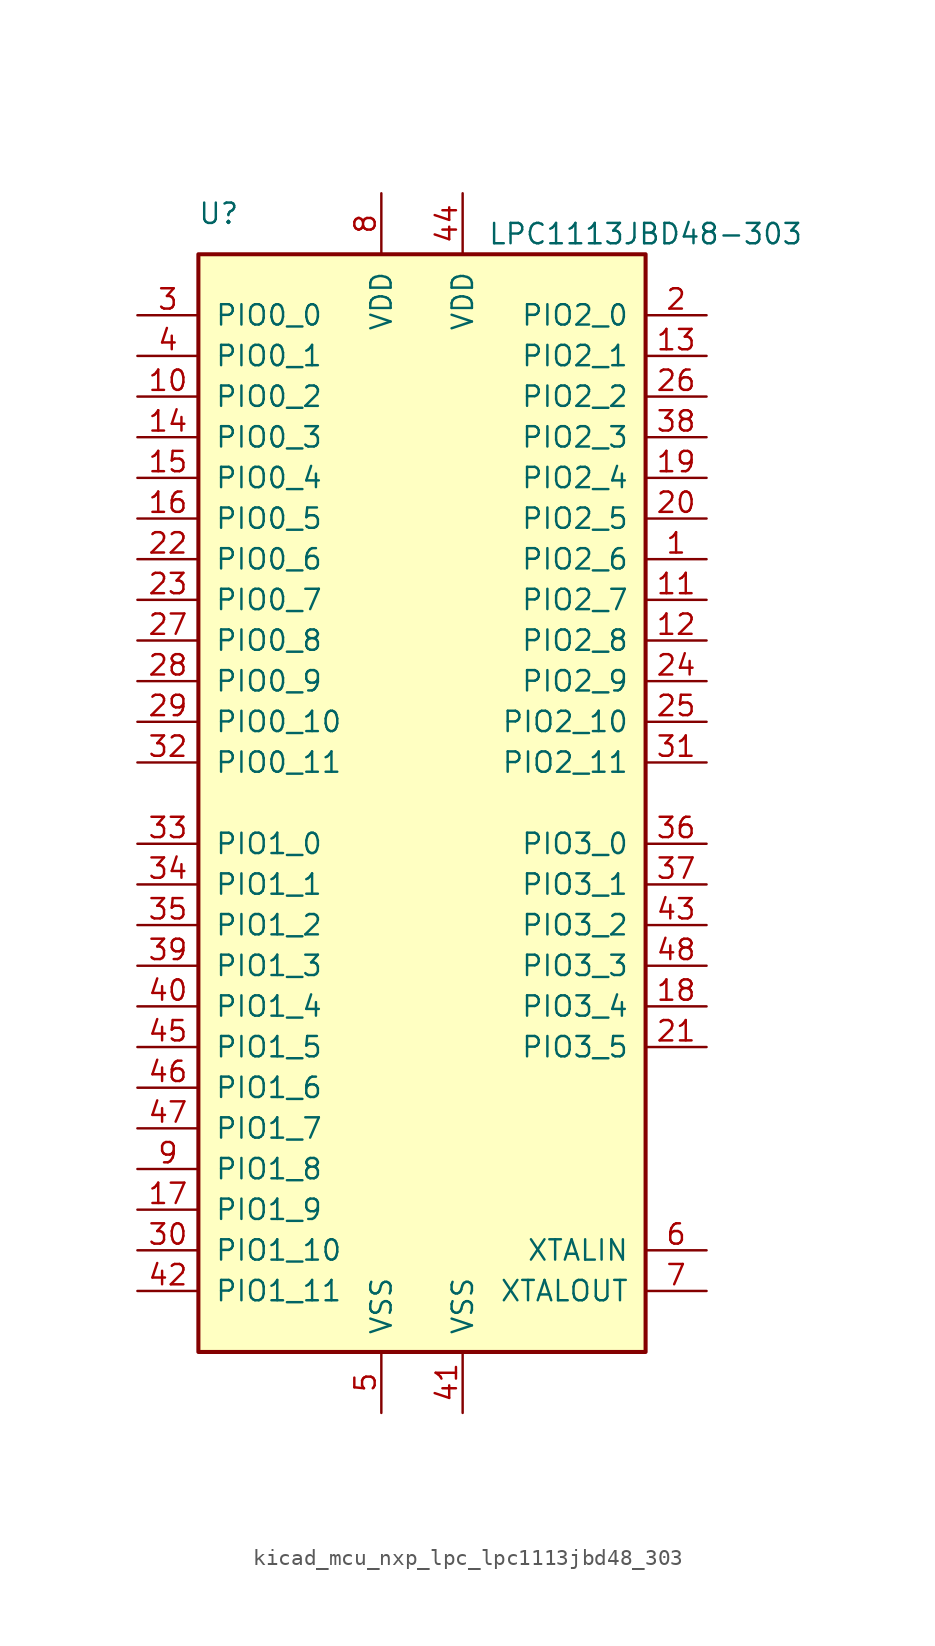
<source format=kicad_sym>
(kicad_symbol_lib
  (version 20220914)
  (generator kicad_symbol_editor)
  (symbol "kicad_mcu_nxp_lpc_lpc1113jbd48_303"
    (pin_names
      (offset 1.016))
    (property "Reference" "U"
      (at -12.7 36.83 0)
      (effects (font (size 1.27 1.27))))
    (property "Value" "LPC1113JBD48-303"
      (at 13.97 35.56 0)
      (effects (font (size 1.27 1.27))))
    (symbol "kicad_mcu_nxp_lpc_lpc1113jbd48_303_0_1"
      (rectangle (start -13.97 34.29) (end 13.97 -34.29) (stroke (width 0.254) (type default)) (fill (type background))))
    (symbol "kicad_mcu_nxp_lpc_lpc1113jbd48_303_1_1"
      (pin bidirectional line (at 17.78 15.24 180) (length 3.81) (name "PIO2_6" (effects (font (size 1.27 1.27)))) (number "1" (effects (font (size 1.27 1.27)))))
      (pin bidirectional line (at -17.78 25.4 0) (length 3.81) (name "PIO0_2" (effects (font (size 1.27 1.27)))) (number "10" (effects (font (size 1.27 1.27)))))
      (pin bidirectional line (at 17.78 12.7 180) (length 3.81) (name "PIO2_7" (effects (font (size 1.27 1.27)))) (number "11" (effects (font (size 1.27 1.27)))))
      (pin bidirectional line (at 17.78 10.16 180) (length 3.81) (name "PIO2_8" (effects (font (size 1.27 1.27)))) (number "12" (effects (font (size 1.27 1.27)))))
      (pin bidirectional line (at 17.78 27.94 180) (length 3.81) (name "PIO2_1" (effects (font (size 1.27 1.27)))) (number "13" (effects (font (size 1.27 1.27)))))
      (pin bidirectional line (at -17.78 22.86 0) (length 3.81) (name "PIO0_3" (effects (font (size 1.27 1.27)))) (number "14" (effects (font (size 1.27 1.27)))))
      (pin bidirectional line (at -17.78 20.32 0) (length 3.81) (name "PIO0_4" (effects (font (size 1.27 1.27)))) (number "15" (effects (font (size 1.27 1.27)))))
      (pin bidirectional line (at -17.78 17.78 0) (length 3.81) (name "PIO0_5" (effects (font (size 1.27 1.27)))) (number "16" (effects (font (size 1.27 1.27)))))
      (pin bidirectional line (at -17.78 -25.4 0) (length 3.81) (name "PIO1_9" (effects (font (size 1.27 1.27)))) (number "17" (effects (font (size 1.27 1.27)))))
      (pin bidirectional line (at 17.78 -12.7 180) (length 3.81) (name "PIO3_4" (effects (font (size 1.27 1.27)))) (number "18" (effects (font (size 1.27 1.27)))))
      (pin bidirectional line (at 17.78 20.32 180) (length 3.81) (name "PIO2_4" (effects (font (size 1.27 1.27)))) (number "19" (effects (font (size 1.27 1.27)))))
      (pin bidirectional line (at 17.78 30.48 180) (length 3.81) (name "PIO2_0" (effects (font (size 1.27 1.27)))) (number "2" (effects (font (size 1.27 1.27)))))
      (pin bidirectional line (at 17.78 17.78 180) (length 3.81) (name "PIO2_5" (effects (font (size 1.27 1.27)))) (number "20" (effects (font (size 1.27 1.27)))))
      (pin bidirectional line (at 17.78 -15.24 180) (length 3.81) (name "PIO3_5" (effects (font (size 1.27 1.27)))) (number "21" (effects (font (size 1.27 1.27)))))
      (pin bidirectional line (at -17.78 15.24 0) (length 3.81) (name "PIO0_6" (effects (font (size 1.27 1.27)))) (number "22" (effects (font (size 1.27 1.27)))))
      (pin bidirectional line (at -17.78 12.7 0) (length 3.81) (name "PIO0_7" (effects (font (size 1.27 1.27)))) (number "23" (effects (font (size 1.27 1.27)))))
      (pin bidirectional line (at 17.78 7.62 180) (length 3.81) (name "PIO2_9" (effects (font (size 1.27 1.27)))) (number "24" (effects (font (size 1.27 1.27)))))
      (pin bidirectional line (at 17.78 5.08 180) (length 3.81) (name "PIO2_10" (effects (font (size 1.27 1.27)))) (number "25" (effects (font (size 1.27 1.27)))))
      (pin bidirectional line (at 17.78 25.4 180) (length 3.81) (name "PIO2_2" (effects (font (size 1.27 1.27)))) (number "26" (effects (font (size 1.27 1.27)))))
      (pin bidirectional line (at -17.78 10.16 0) (length 3.81) (name "PIO0_8" (effects (font (size 1.27 1.27)))) (number "27" (effects (font (size 1.27 1.27)))))
      (pin bidirectional line (at -17.78 7.62 0) (length 3.81) (name "PIO0_9" (effects (font (size 1.27 1.27)))) (number "28" (effects (font (size 1.27 1.27)))))
      (pin bidirectional line (at -17.78 5.08 0) (length 3.81) (name "PIO0_10" (effects (font (size 1.27 1.27)))) (number "29" (effects (font (size 1.27 1.27)))))
      (pin bidirectional line (at -17.78 30.48 0) (length 3.81) (name "PIO0_0" (effects (font (size 1.27 1.27)))) (number "3" (effects (font (size 1.27 1.27)))))
      (pin bidirectional line (at -17.78 -27.94 0) (length 3.81) (name "PIO1_10" (effects (font (size 1.27 1.27)))) (number "30" (effects (font (size 1.27 1.27)))))
      (pin bidirectional line (at 17.78 2.54 180) (length 3.81) (name "PIO2_11" (effects (font (size 1.27 1.27)))) (number "31" (effects (font (size 1.27 1.27)))))
      (pin bidirectional line (at -17.78 2.54 0) (length 3.81) (name "PIO0_11" (effects (font (size 1.27 1.27)))) (number "32" (effects (font (size 1.27 1.27)))))
      (pin bidirectional line (at -17.78 -2.54 0) (length 3.81) (name "PIO1_0" (effects (font (size 1.27 1.27)))) (number "33" (effects (font (size 1.27 1.27)))))
      (pin bidirectional line (at -17.78 -5.08 0) (length 3.81) (name "PIO1_1" (effects (font (size 1.27 1.27)))) (number "34" (effects (font (size 1.27 1.27)))))
      (pin bidirectional line (at -17.78 -7.62 0) (length 3.81) (name "PIO1_2" (effects (font (size 1.27 1.27)))) (number "35" (effects (font (size 1.27 1.27)))))
      (pin bidirectional line (at 17.78 -2.54 180) (length 3.81) (name "PIO3_0" (effects (font (size 1.27 1.27)))) (number "36" (effects (font (size 1.27 1.27)))))
      (pin bidirectional line (at 17.78 -5.08 180) (length 3.81) (name "PIO3_1" (effects (font (size 1.27 1.27)))) (number "37" (effects (font (size 1.27 1.27)))))
      (pin bidirectional line (at 17.78 22.86 180) (length 3.81) (name "PIO2_3" (effects (font (size 1.27 1.27)))) (number "38" (effects (font (size 1.27 1.27)))))
      (pin bidirectional line (at -17.78 -10.16 0) (length 3.81) (name "PIO1_3" (effects (font (size 1.27 1.27)))) (number "39" (effects (font (size 1.27 1.27)))))
      (pin bidirectional line (at -17.78 27.94 0) (length 3.81) (name "PIO0_1" (effects (font (size 1.27 1.27)))) (number "4" (effects (font (size 1.27 1.27)))))
      (pin bidirectional line (at -17.78 -12.7 0) (length 3.81) (name "PIO1_4" (effects (font (size 1.27 1.27)))) (number "40" (effects (font (size 1.27 1.27)))))
      (pin power_in line (at 2.54 -38.1 90) (length 3.81) (name "VSS" (effects (font (size 1.27 1.27)))) (number "41" (effects (font (size 1.27 1.27)))))
      (pin bidirectional line (at -17.78 -30.48 0) (length 3.81) (name "PIO1_11" (effects (font (size 1.27 1.27)))) (number "42" (effects (font (size 1.27 1.27)))))
      (pin bidirectional line (at 17.78 -7.62 180) (length 3.81) (name "PIO3_2" (effects (font (size 1.27 1.27)))) (number "43" (effects (font (size 1.27 1.27)))))
      (pin power_in line (at 2.54 38.1 270) (length 3.81) (name "VDD" (effects (font (size 1.27 1.27)))) (number "44" (effects (font (size 1.27 1.27)))))
      (pin bidirectional line (at -17.78 -15.24 0) (length 3.81) (name "PIO1_5" (effects (font (size 1.27 1.27)))) (number "45" (effects (font (size 1.27 1.27)))))
      (pin bidirectional line (at -17.78 -17.78 0) (length 3.81) (name "PIO1_6" (effects (font (size 1.27 1.27)))) (number "46" (effects (font (size 1.27 1.27)))))
      (pin bidirectional line (at -17.78 -20.32 0) (length 3.81) (name "PIO1_7" (effects (font (size 1.27 1.27)))) (number "47" (effects (font (size 1.27 1.27)))))
      (pin bidirectional line (at 17.78 -10.16 180) (length 3.81) (name "PIO3_3" (effects (font (size 1.27 1.27)))) (number "48" (effects (font (size 1.27 1.27)))))
      (pin power_in line (at -2.54 -38.1 90) (length 3.81) (name "VSS" (effects (font (size 1.27 1.27)))) (number "5" (effects (font (size 1.27 1.27)))))
      (pin input line (at 17.78 -27.94 180) (length 3.81) (name "XTALIN" (effects (font (size 1.27 1.27)))) (number "6" (effects (font (size 1.27 1.27)))))
      (pin output line (at 17.78 -30.48 180) (length 3.81) (name "XTALOUT" (effects (font (size 1.27 1.27)))) (number "7" (effects (font (size 1.27 1.27)))))
      (pin power_in line (at -2.54 38.1 270) (length 3.81) (name "VDD" (effects (font (size 1.27 1.27)))) (number "8" (effects (font (size 1.27 1.27)))))
      (pin bidirectional line (at -17.78 -22.86 0) (length 3.81) (name "PIO1_8" (effects (font (size 1.27 1.27)))) (number "9" (effects (font (size 1.27 1.27))))))))
</source>
